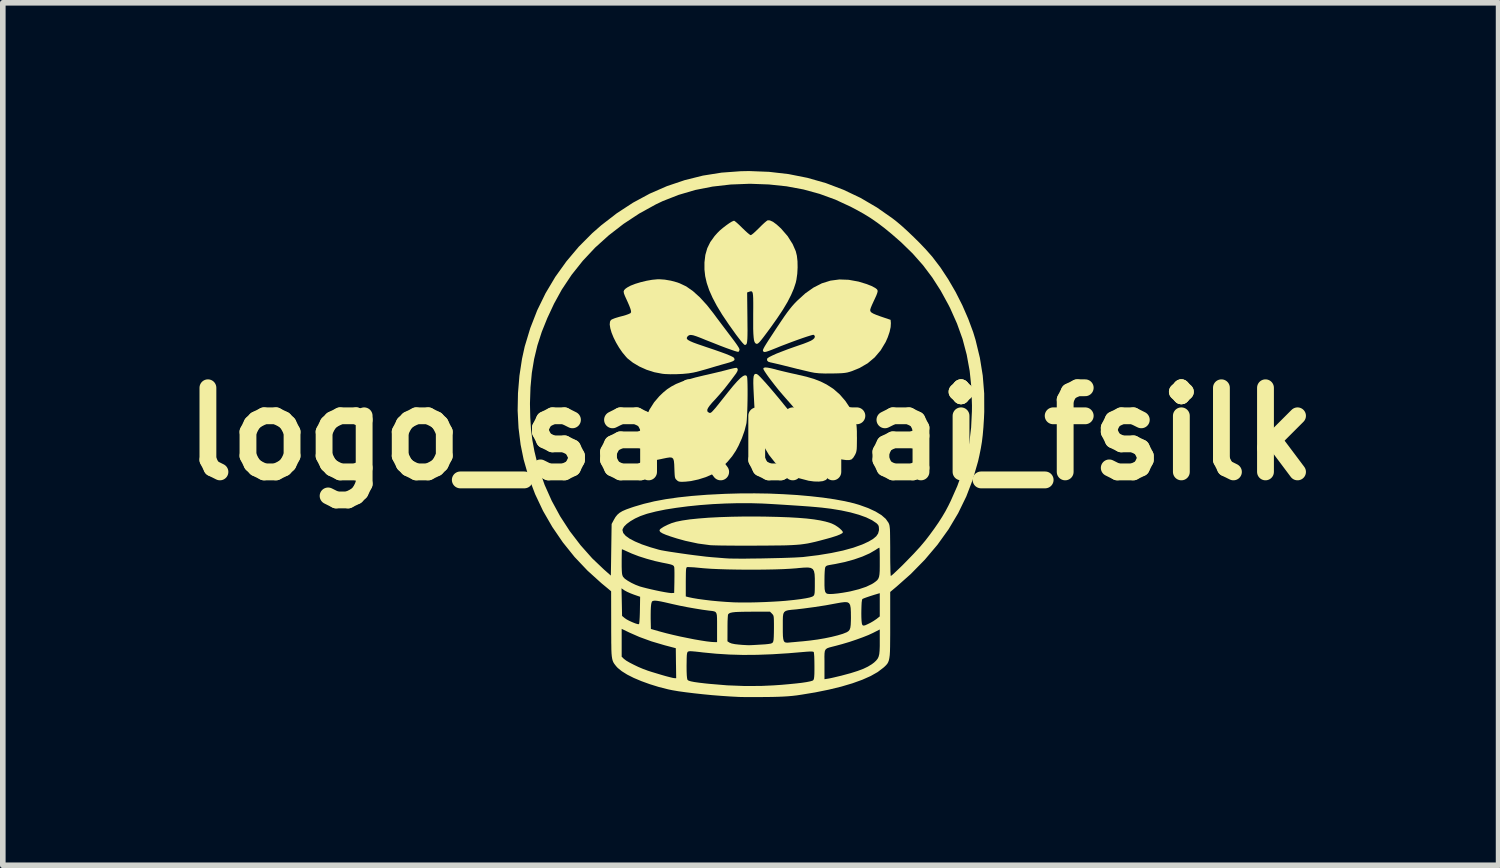
<source format=kicad_pcb>
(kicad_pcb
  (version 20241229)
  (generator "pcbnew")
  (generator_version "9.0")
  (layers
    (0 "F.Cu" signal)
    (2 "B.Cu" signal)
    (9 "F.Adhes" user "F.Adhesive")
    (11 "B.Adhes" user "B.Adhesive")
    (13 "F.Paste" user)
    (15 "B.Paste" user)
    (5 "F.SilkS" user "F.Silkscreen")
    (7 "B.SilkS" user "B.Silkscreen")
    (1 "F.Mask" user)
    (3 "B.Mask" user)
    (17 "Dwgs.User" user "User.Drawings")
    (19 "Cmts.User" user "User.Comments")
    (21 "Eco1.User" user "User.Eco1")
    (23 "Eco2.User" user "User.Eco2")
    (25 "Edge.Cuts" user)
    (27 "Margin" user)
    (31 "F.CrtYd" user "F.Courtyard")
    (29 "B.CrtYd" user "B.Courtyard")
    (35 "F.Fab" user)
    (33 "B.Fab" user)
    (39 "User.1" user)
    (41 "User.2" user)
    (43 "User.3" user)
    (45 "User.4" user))
  (footprint "logo_sakurai_fsilk"
    (layer "F.Cu")
    (at 10.336 4.686)
    (property "Reference" "logo_sakurai_fsilk" (at 0 0 0) (layer "F.SilkS") (effects (font (size 1.5 1.5) (thickness 0.3))))
    (attr board_only exclude_from_pos_files exclude_from_bom)
    (fp_poly (pts (xy 0.272 1.476) (xy 0.49 1.481) (xy 0.683 1.488) (xy 0.852 1.498) (xy 0.999 1.51) (xy 1.126 1.525) (xy 1.237 1.543) (xy 1.333 1.564) (xy 1.416 1.589) (xy 1.445 1.599) (xy 1.493 1.622) (xy 1.543 1.653) (xy 1.589 1.688) (xy 1.624 1.722) (xy 1.643 1.749) (xy 1.644 1.755) (xy 1.63 1.773) (xy 1.589 1.795) (xy 1.522 1.821) (xy 1.431 1.85) (xy 1.322 1.88) (xy 1.232 1.904) (xy 1.154 1.924) (xy 1.083 1.94) (xy 1.017 1.954) (xy 0.951 1.964) (xy 0.883 1.973) (xy 0.809 1.979) (xy 0.725 1.984) (xy 0.629 1.988) (xy 0.517 1.99) (xy 0.385 1.991) (xy 0.229 1.993) (xy 0.121 1.993) (xy -0.023 1.994) (xy -0.164 1.994) (xy -0.296 1.993) (xy -0.418 1.992) (xy -0.525 1.991) (xy -0.614 1.989) (xy -0.681 1.987) (xy -0.722 1.985) (xy -0.939 1.956) (xy -1.167 1.907) (xy -1.318 1.865) (xy -1.428 1.83) (xy -1.513 1.8) (xy -1.573 1.774) (xy -1.61 1.751) (xy -1.626 1.729) (xy -1.622 1.709) (xy -1.606 1.692) (xy -1.553 1.657) (xy -1.483 1.622) (xy -1.406 1.59) (xy -1.333 1.568) (xy -1.329 1.567) (xy -1.221 1.545) (xy -1.086 1.525) (xy -0.928 1.509) (xy -0.75 1.495) (xy -0.554 1.485) (xy -0.343 1.478) (xy -0.12 1.474) (xy 0.113 1.474)) (stroke (width 0) (type solid)) (fill yes) (layer "F.SilkS"))
    (fp_poly (pts (xy 0.342 -3.806) (xy 0.397 -3.781) (xy 0.463 -3.732) (xy 0.542 -3.66) (xy 0.544 -3.657) (xy 0.658 -3.526) (xy 0.748 -3.383) (xy 0.803 -3.257) (xy 0.823 -3.176) (xy 0.834 -3.077) (xy 0.836 -2.967) (xy 0.83 -2.855) (xy 0.815 -2.749) (xy 0.803 -2.695) (xy 0.768 -2.589) (xy 0.719 -2.475) (xy 0.655 -2.35) (xy 0.574 -2.214) (xy 0.474 -2.064) (xy 0.356 -1.897) (xy 0.279 -1.793) (xy 0.225 -1.721) (xy 0.184 -1.669) (xy 0.155 -1.635) (xy 0.133 -1.615) (xy 0.117 -1.606) (xy 0.102 -1.606) (xy 0.095 -1.608) (xy 0.08 -1.619) (xy 0.068 -1.639) (xy 0.058 -1.673) (xy 0.052 -1.721) (xy 0.047 -1.788) (xy 0.044 -1.875) (xy 0.044 -1.985) (xy 0.044 -2.121) (xy 0.044 -2.124) (xy 0.045 -2.247) (xy 0.045 -2.344) (xy 0.044 -2.418) (xy 0.041 -2.472) (xy 0.036 -2.508) (xy 0.028 -2.53) (xy 0.016 -2.541) (xy 0.001 -2.542) (xy -0.018 -2.537) (xy -0.025 -2.535) (xy -0.064 -2.521) (xy -0.059 -2.075) (xy -0.058 -1.943) (xy -0.057 -1.838) (xy -0.058 -1.755) (xy -0.06 -1.693) (xy -0.064 -1.648) (xy -0.069 -1.617) (xy -0.077 -1.599) (xy -0.088 -1.589) (xy -0.101 -1.586) (xy -0.108 -1.586) (xy -0.122 -1.597) (xy -0.15 -1.627) (xy -0.188 -1.673) (xy -0.232 -1.73) (xy -0.261 -1.768) (xy -0.395 -1.956) (xy -0.51 -2.127) (xy -0.605 -2.284) (xy -0.681 -2.428) (xy -0.741 -2.563) (xy -0.784 -2.69) (xy -0.812 -2.812) (xy -0.825 -2.93) (xy -0.825 -3.049) (xy -0.825 -3.057) (xy -0.809 -3.191) (xy -0.775 -3.31) (xy -0.721 -3.42) (xy -0.644 -3.527) (xy -0.594 -3.583) (xy -0.549 -3.628) (xy -0.494 -3.674) (xy -0.437 -3.718) (xy -0.382 -3.757) (xy -0.336 -3.785) (xy -0.303 -3.799) (xy -0.296 -3.8) (xy -0.28 -3.79) (xy -0.248 -3.764) (xy -0.205 -3.725) (xy -0.156 -3.677) (xy -0.15 -3.671) (xy -0.1 -3.623) (xy -0.055 -3.582) (xy -0.02 -3.554) (xy -0.001 -3.543) (xy 0.000427 -3.543) (xy 0.019 -3.553) (xy 0.052 -3.579) (xy 0.095 -3.619) (xy 0.145 -3.667) (xy 0.149 -3.671) (xy 0.199 -3.721) (xy 0.244 -3.763) (xy 0.28 -3.793) (xy 0.301 -3.807) (xy 0.301 -3.808)) (stroke (width 0) (type solid)) (fill yes) (layer "F.SilkS"))
    (fp_poly (pts (xy -0.248 -1.176) (xy -0.231 -1.156) (xy -0.235 -1.123) (xy -0.26 -1.078) (xy -0.261 -1.077) (xy -0.369 -0.932) (xy -0.464 -0.81) (xy -0.551 -0.707) (xy -0.624 -0.625) (xy -0.689 -0.555) (xy -0.734 -0.501) (xy -0.762 -0.46) (xy -0.775 -0.429) (xy -0.773 -0.405) (xy -0.767 -0.393) (xy -0.74 -0.375) (xy -0.721 -0.374) (xy -0.712 -0.377) (xy -0.7 -0.385) (xy -0.685 -0.399) (xy -0.663 -0.423) (xy -0.633 -0.457) (xy -0.593 -0.506) (xy -0.542 -0.57) (xy -0.476 -0.653) (xy -0.404 -0.744) (xy -0.317 -0.851) (xy -0.244 -0.934) (xy -0.184 -0.994) (xy -0.136 -1.031) (xy -0.101 -1.045) (xy -0.076 -1.037) (xy -0.066 -1.02) (xy -0.062 -0.994) (xy -0.059 -0.944) (xy -0.057 -0.875) (xy -0.056 -0.792) (xy -0.056 -0.699) (xy -0.057 -0.601) (xy -0.059 -0.503) (xy -0.062 -0.409) (xy -0.066 -0.324) (xy -0.07 -0.253) (xy -0.075 -0.201) (xy -0.078 -0.182) (xy -0.11 -0.056) (xy -0.158 0.079) (xy -0.218 0.213) (xy -0.265 0.3) (xy -0.33 0.398) (xy -0.41 0.494) (xy -0.497 0.583) (xy -0.587 0.658) (xy -0.672 0.714) (xy -0.679 0.718) (xy -0.8 0.771) (xy -0.933 0.813) (xy -1.067 0.842) (xy -1.158 0.852) (xy -1.218 0.855) (xy -1.258 0.854) (xy -1.284 0.849) (xy -1.305 0.837) (xy -1.317 0.826) (xy -1.334 0.81) (xy -1.345 0.793) (xy -1.352 0.769) (xy -1.356 0.732) (xy -1.359 0.675) (xy -1.361 0.625) (xy -1.364 0.542) (xy -1.37 0.483) (xy -1.382 0.445) (xy -1.404 0.425) (xy -1.441 0.42) (xy -1.497 0.428) (xy -1.575 0.444) (xy -1.602 0.45) (xy -1.685 0.467) (xy -1.745 0.477) (xy -1.786 0.479) (xy -1.815 0.473) (xy -1.835 0.458) (xy -1.851 0.433) (xy -1.857 0.42) (xy -1.882 0.352) (xy -1.9 0.263) (xy -1.912 0.16) (xy -1.916 0.05) (xy -1.913 -0.059) (xy -1.902 -0.16) (xy -1.866 -0.296) (xy -1.806 -0.431) (xy -1.723 -0.562) (xy -1.629 -0.672) (xy -1.561 -0.737) (xy -1.491 -0.795) (xy -1.416 -0.844) (xy -1.332 -0.889) (xy -1.234 -0.929) (xy -1.121 -0.967) (xy -0.988 -1.005) (xy -0.831 -1.043) (xy -0.772 -1.056) (xy -0.678 -1.078) (xy -0.585 -1.1) (xy -0.5 -1.121) (xy -0.429 -1.139) (xy -0.388 -1.15) (xy -0.331 -1.164) (xy -0.284 -1.174) (xy -0.254 -1.177)) (stroke (width 0) (type solid)) (fill yes) (layer "F.SilkS"))
    (fp_poly (pts (xy 1.747 -2.747) (xy 1.922 -2.715) (xy 2.06 -2.673) (xy 2.153 -2.637) (xy 2.219 -2.602) (xy 2.249 -2.579) (xy 2.26 -2.563) (xy 2.263 -2.542) (xy 2.256 -2.511) (xy 2.239 -2.466) (xy 2.21 -2.403) (xy 2.189 -2.358) (xy 2.163 -2.301) (xy 2.142 -2.251) (xy 2.131 -2.215) (xy 2.13 -2.205) (xy 2.135 -2.184) (xy 2.151 -2.165) (xy 2.184 -2.145) (xy 2.235 -2.123) (xy 2.308 -2.096) (xy 2.358 -2.079) (xy 2.494 -2.033) (xy 2.499 -1.975) (xy 2.495 -1.904) (xy 2.476 -1.817) (xy 2.444 -1.723) (xy 2.406 -1.637) (xy 2.317 -1.489) (xy 2.21 -1.363) (xy 2.085 -1.258) (xy 1.94 -1.174) (xy 1.808 -1.12) (xy 1.762 -1.105) (xy 1.721 -1.094) (xy 1.678 -1.087) (xy 1.627 -1.082) (xy 1.561 -1.079) (xy 1.474 -1.077) (xy 1.458 -1.077) (xy 1.325 -1.076) (xy 1.219 -1.08) (xy 1.135 -1.089) (xy 1.115 -1.093) (xy 1.068 -1.102) (xy 1 -1.118) (xy 0.916 -1.138) (xy 0.823 -1.16) (xy 0.725 -1.185) (xy 0.7 -1.191) (xy 0.608 -1.214) (xy 0.524 -1.235) (xy 0.451 -1.252) (xy 0.394 -1.265) (xy 0.359 -1.273) (xy 0.352 -1.274) (xy 0.312 -1.287) (xy 0.291 -1.31) (xy 0.292 -1.338) (xy 0.301 -1.35) (xy 0.331 -1.37) (xy 0.385 -1.397) (xy 0.46 -1.431) (xy 0.555 -1.468) (xy 0.665 -1.51) (xy 0.789 -1.554) (xy 0.838 -1.571) (xy 0.94 -1.606) (xy 1.017 -1.636) (xy 1.074 -1.661) (xy 1.111 -1.684) (xy 1.133 -1.705) (xy 1.143 -1.727) (xy 1.143 -1.738) (xy 1.132 -1.76) (xy 1.122 -1.766) (xy 1.102 -1.764) (xy 1.06 -1.752) (xy 0.999 -1.733) (xy 0.922 -1.707) (xy 0.834 -1.676) (xy 0.738 -1.641) (xy 0.638 -1.603) (xy 0.538 -1.565) (xy 0.457 -1.532) (xy 0.377 -1.5) (xy 0.319 -1.478) (xy 0.279 -1.465) (xy 0.253 -1.46) (xy 0.237 -1.461) (xy 0.226 -1.468) (xy 0.226 -1.469) (xy 0.22 -1.476) (xy 0.217 -1.486) (xy 0.22 -1.501) (xy 0.229 -1.522) (xy 0.246 -1.554) (xy 0.272 -1.597) (xy 0.309 -1.656) (xy 0.358 -1.731) (xy 0.421 -1.827) (xy 0.465 -1.894) (xy 0.538 -2.003) (xy 0.599 -2.093) (xy 0.651 -2.166) (xy 0.697 -2.226) (xy 0.74 -2.279) (xy 0.783 -2.327) (xy 0.828 -2.373) (xy 0.973 -2.505) (xy 1.119 -2.608) (xy 1.268 -2.684) (xy 1.422 -2.732) (xy 1.581 -2.753)) (stroke (width 0) (type solid)) (fill yes) (layer "F.SilkS"))
    (fp_poly (pts (xy -1.533 -2.75) (xy -1.422 -2.731) (xy -1.312 -2.701) (xy -1.268 -2.685) (xy -1.15 -2.629) (xy -1.03 -2.545) (xy -0.907 -2.434) (xy -0.78 -2.295) (xy -0.665 -2.149) (xy -0.606 -2.069) (xy -0.539 -1.98) (xy -0.472 -1.891) (xy -0.416 -1.817) (xy -0.348 -1.727) (xy -0.295 -1.657) (xy -0.256 -1.603) (xy -0.23 -1.564) (xy -0.212 -1.535) (xy -0.203 -1.515) (xy -0.2 -1.501) (xy -0.2 -1.498) (xy -0.21 -1.471) (xy -0.221 -1.463) (xy -0.241 -1.465) (xy -0.286 -1.478) (xy -0.353 -1.501) (xy -0.44 -1.532) (xy -0.545 -1.572) (xy -0.666 -1.62) (xy -0.801 -1.673) (xy -0.886 -1.708) (xy -0.967 -1.739) (xy -1.027 -1.758) (xy -1.07 -1.764) (xy -1.101 -1.758) (xy -1.124 -1.74) (xy -1.135 -1.724) (xy -1.141 -1.707) (xy -1.135 -1.69) (xy -1.116 -1.673) (xy -1.08 -1.653) (xy -1.025 -1.629) (xy -0.949 -1.601) (xy -0.849 -1.567) (xy -0.797 -1.549) (xy -0.654 -1.501) (xy -0.537 -1.46) (xy -0.444 -1.426) (xy -0.376 -1.398) (xy -0.329 -1.376) (xy -0.303 -1.36) (xy -0.298 -1.354) (xy -0.288 -1.331) (xy -0.294 -1.312) (xy -0.32 -1.295) (xy -0.367 -1.277) (xy -0.436 -1.257) (xy -0.512 -1.236) (xy -0.602 -1.21) (xy -0.693 -1.183) (xy -0.743 -1.168) (xy -0.822 -1.145) (xy -0.905 -1.122) (xy -0.979 -1.103) (xy -1.022 -1.093) (xy -1.108 -1.079) (xy -1.213 -1.069) (xy -1.325 -1.064) (xy -1.436 -1.063) (xy -1.534 -1.067) (xy -1.579 -1.072) (xy -1.719 -1.099) (xy -1.857 -1.143) (xy -1.986 -1.201) (xy -2.102 -1.27) (xy -2.198 -1.346) (xy -2.223 -1.373) (xy -2.288 -1.451) (xy -2.348 -1.538) (xy -2.401 -1.628) (xy -2.446 -1.718) (xy -2.481 -1.804) (xy -2.504 -1.883) (xy -2.514 -1.95) (xy -2.509 -2.001) (xy -2.492 -2.031) (xy -2.466 -2.045) (xy -2.421 -2.063) (xy -2.365 -2.08) (xy -2.345 -2.086) (xy -2.283 -2.102) (xy -2.225 -2.119) (xy -2.183 -2.134) (xy -2.176 -2.137) (xy -2.144 -2.152) (xy -2.133 -2.171) (xy -2.137 -2.203) (xy -2.137 -2.203) (xy -2.147 -2.236) (xy -2.166 -2.286) (xy -2.192 -2.346) (xy -2.212 -2.39) (xy -2.243 -2.458) (xy -2.261 -2.505) (xy -2.266 -2.539) (xy -2.256 -2.565) (xy -2.233 -2.588) (xy -2.202 -2.61) (xy -2.141 -2.643) (xy -2.059 -2.675) (xy -1.963 -2.704) (xy -1.86 -2.729) (xy -1.759 -2.747) (xy -1.666 -2.756) (xy -1.632 -2.757)) (stroke (width 0) (type solid)) (fill yes) (layer "F.SilkS"))
    (fp_poly (pts (xy 0.299 -1.181) (xy 0.358 -1.17) (xy 0.44 -1.15) (xy 0.463 -1.143) (xy 0.539 -1.124) (xy 0.631 -1.102) (xy 0.73 -1.079) (xy 0.823 -1.059) (xy 0.834 -1.056) (xy 0.993 -1.019) (xy 1.129 -0.979) (xy 1.247 -0.933) (xy 1.353 -0.88) (xy 1.453 -0.816) (xy 1.48 -0.797) (xy 1.587 -0.703) (xy 1.686 -0.589) (xy 1.771 -0.462) (xy 1.836 -0.329) (xy 1.854 -0.28) (xy 1.869 -0.234) (xy 1.879 -0.194) (xy 1.886 -0.153) (xy 1.89 -0.105) (xy 1.893 -0.044) (xy 1.893 0.038) (xy 1.894 0.072) (xy 1.893 0.16) (xy 1.892 0.225) (xy 1.89 0.272) (xy 1.885 0.306) (xy 1.878 0.334) (xy 1.867 0.36) (xy 1.857 0.379) (xy 1.828 0.426) (xy 1.797 0.456) (xy 1.755 0.468) (xy 1.699 0.467) (xy 1.64 0.459) (xy 1.553 0.444) (xy 1.49 0.435) (xy 1.446 0.431) (xy 1.417 0.433) (xy 1.399 0.439) (xy 1.394 0.443) (xy 1.384 0.457) (xy 1.378 0.484) (xy 1.374 0.527) (xy 1.372 0.593) (xy 1.372 0.63) (xy 1.372 0.702) (xy 1.371 0.751) (xy 1.367 0.782) (xy 1.36 0.801) (xy 1.349 0.814) (xy 1.335 0.824) (xy 1.286 0.843) (xy 1.215 0.851) (xy 1.129 0.849) (xy 1.033 0.836) (xy 1.029 0.835) (xy 0.857 0.79) (xy 0.701 0.722) (xy 0.56 0.63) (xy 0.435 0.514) (xy 0.324 0.374) (xy 0.227 0.209) (xy 0.207 0.167) (xy 0.176 0.099) (xy 0.15 0.033) (xy 0.128 -0.035) (xy 0.11 -0.107) (xy 0.095 -0.188) (xy 0.083 -0.28) (xy 0.072 -0.388) (xy 0.064 -0.514) (xy 0.056 -0.663) (xy 0.049 -0.807) (xy 0.046 -0.904) (xy 0.047 -0.976) (xy 0.052 -1.025) (xy 0.062 -1.054) (xy 0.078 -1.068) (xy 0.101 -1.068) (xy 0.111 -1.065) (xy 0.131 -1.051) (xy 0.167 -1.017) (xy 0.215 -0.966) (xy 0.275 -0.9) (xy 0.342 -0.823) (xy 0.416 -0.736) (xy 0.494 -0.643) (xy 0.574 -0.545) (xy 0.584 -0.532) (xy 0.632 -0.473) (xy 0.667 -0.432) (xy 0.693 -0.406) (xy 0.714 -0.392) (xy 0.734 -0.387) (xy 0.758 -0.386) (xy 0.758 -0.386) (xy 0.794 -0.388) (xy 0.813 -0.395) (xy 0.815 -0.398) (xy 0.81 -0.412) (xy 0.793 -0.437) (xy 0.763 -0.475) (xy 0.718 -0.528) (xy 0.656 -0.598) (xy 0.622 -0.637) (xy 0.562 -0.706) (xy 0.499 -0.78) (xy 0.438 -0.856) (xy 0.379 -0.932) (xy 0.326 -1.002) (xy 0.282 -1.064) (xy 0.248 -1.115) (xy 0.228 -1.15) (xy 0.224 -1.166) (xy 0.236 -1.179) (xy 0.26 -1.184)) (stroke (width 0) (type solid)) (fill yes) (layer "F.SilkS"))
    (fp_poly (pts (xy 0.327 -4.672) (xy 0.674 -4.632) (xy 1.011 -4.565) (xy 1.338 -4.472) (xy 1.654 -4.352) (xy 1.959 -4.207) (xy 2.251 -4.036) (xy 2.531 -3.84) (xy 2.605 -3.782) (xy 2.696 -3.705) (xy 2.798 -3.612) (xy 2.906 -3.509) (xy 3.014 -3.402) (xy 3.115 -3.296) (xy 3.203 -3.197) (xy 3.238 -3.157) (xy 3.382 -2.968) (xy 3.521 -2.757) (xy 3.653 -2.53) (xy 3.773 -2.293) (xy 3.878 -2.052) (xy 3.966 -1.815) (xy 4.009 -1.674) (xy 4.086 -1.356) (xy 4.137 -1.04) (xy 4.163 -0.72) (xy 4.164 -0.391) (xy 4.159 -0.275) (xy 4.149 -0.116) (xy 4.137 0.021) (xy 4.122 0.145) (xy 4.102 0.263) (xy 4.078 0.382) (xy 4.054 0.489) (xy 3.962 0.808) (xy 3.844 1.116) (xy 3.699 1.414) (xy 3.528 1.701) (xy 3.33 1.977) (xy 3.105 2.243) (xy 2.854 2.499) (xy 2.605 2.72) (xy 2.487 2.819) (xy 2.487 3.406) (xy 2.487 3.559) (xy 2.486 3.687) (xy 2.485 3.792) (xy 2.483 3.877) (xy 2.479 3.944) (xy 2.472 3.997) (xy 2.463 4.039) (xy 2.451 4.071) (xy 2.436 4.098) (xy 2.416 4.122) (xy 2.392 4.146) (xy 2.363 4.172) (xy 2.361 4.173) (xy 2.264 4.247) (xy 2.139 4.318) (xy 1.988 4.385) (xy 1.813 4.448) (xy 1.614 4.507) (xy 1.392 4.561) (xy 1.15 4.61) (xy 0.908 4.65) (xy 0.822 4.663) (xy 0.744 4.672) (xy 0.667 4.679) (xy 0.586 4.684) (xy 0.492 4.688) (xy 0.381 4.691) (xy 0.293 4.692) (xy 0.184 4.693) (xy 0.077 4.693) (xy -0.022 4.693) (xy -0.108 4.693) (xy -0.175 4.692) (xy -0.207 4.691) (xy -0.361 4.683) (xy -0.523 4.672) (xy -0.688 4.659) (xy -0.852 4.643) (xy -1.009 4.626) (xy -1.156 4.608) (xy -1.287 4.59) (xy -1.398 4.571) (xy -1.471 4.556) (xy -1.64 4.513) (xy -1.801 4.463) (xy -1.95 4.409) (xy -2.085 4.352) (xy -2.202 4.293) (xy -2.298 4.233) (xy -2.371 4.174) (xy -2.396 4.147) (xy -2.417 4.121) (xy -2.435 4.097) (xy -2.45 4.072) (xy -2.461 4.045) (xy -2.47 4.011) (xy -2.477 3.968) (xy -2.482 3.914) (xy -2.485 3.844) (xy -2.486 3.757) (xy -2.487 3.726) (xy -2.301 3.726) (xy -2.301 3.974) (xy -2.258 4.015) (xy -2.219 4.044) (xy -2.159 4.079) (xy -2.085 4.117) (xy -2.004 4.156) (xy -1.921 4.191) (xy -1.842 4.22) (xy -1.841 4.221) (xy -1.763 4.246) (xy -1.68 4.271) (xy -1.597 4.296) (xy -1.518 4.319) (xy -1.449 4.337) (xy -1.396 4.35) (xy -1.364 4.356) (xy -1.361 4.356) (xy -1.329 4.357) (xy -1.332 4.135) (xy -1.144 4.135) (xy -1.143 4.234) (xy -1.14 4.307) (xy -1.135 4.356) (xy -1.128 4.384) (xy -1.126 4.388) (xy -1.106 4.401) (xy -1.067 4.413) (xy -1.006 4.425) (xy -0.922 4.437) (xy -0.811 4.45) (xy -0.743 4.457) (xy -0.421 4.484) (xy -0.115 4.496) (xy 0.183 4.495) (xy 0.404 4.485) (xy 0.549 4.475) (xy 0.684 4.463) (xy 0.805 4.451) (xy 0.91 4.439) (xy 0.996 4.426) (xy 1.061 4.413) (xy 1.101 4.401) (xy 1.113 4.394) (xy 1.122 4.381) (xy 1.128 4.361) (xy 1.132 4.329) (xy 1.135 4.28) (xy 1.136 4.211) (xy 1.136 4.136) (xy 1.135 4.049) (xy 1.133 3.977) (xy 1.133 3.971) (xy 1.314 3.971) (xy 1.315 4.052) (xy 1.315 4.108) (xy 1.315 4.375) (xy 1.379 4.365) (xy 1.417 4.358) (xy 1.476 4.345) (xy 1.547 4.328) (xy 1.623 4.31) (xy 1.633 4.307) (xy 1.782 4.267) (xy 1.905 4.228) (xy 2.007 4.19) (xy 2.09 4.15) (xy 2.159 4.108) (xy 2.2 4.077) (xy 2.235 4.044) (xy 2.262 4.011) (xy 2.28 3.974) (xy 2.292 3.927) (xy 2.298 3.866) (xy 2.301 3.784) (xy 2.301 3.71) (xy 2.301 3.488) (xy 2.179 3.55) (xy 2.099 3.587) (xy 1.998 3.627) (xy 1.882 3.669) (xy 1.757 3.711) (xy 1.629 3.749) (xy 1.522 3.778) (xy 1.451 3.796) (xy 1.398 3.81) (xy 1.361 3.824) (xy 1.337 3.843) (xy 1.322 3.871) (xy 1.316 3.912) (xy 1.314 3.971) (xy 1.133 3.971) (xy 1.129 3.924) (xy 1.125 3.893) (xy 1.122 3.888) (xy 1.1 3.882) (xy 1.054 3.881) (xy 0.987 3.885) (xy 0.979 3.886) (xy 0.67 3.912) (xy 0.384 3.93) (xy 0.116 3.94) (xy -0.137 3.942) (xy -0.381 3.935) (xy -0.619 3.92) (xy -0.856 3.897) (xy -0.904 3.891) (xy -0.986 3.882) (xy -1.044 3.877) (xy -1.083 3.875) (xy -1.108 3.879) (xy -1.122 3.885) (xy -1.13 3.897) (xy -1.136 3.919) (xy -1.14 3.954) (xy -1.142 4.008) (xy -1.143 4.084) (xy -1.144 4.135) (xy -1.332 4.135) (xy -1.333 4.089) (xy -1.336 3.822) (xy -1.537 3.769) (xy -1.77 3.7) (xy -1.984 3.622) (xy -2.162 3.544) (xy -2.301 3.477) (xy -2.301 3.726) (xy -2.487 3.726) (xy -2.487 3.65) (xy -2.488 3.519) (xy -2.488 3.397) (xy -2.489 2.807) (xy -2.552 2.754) (xy -2.304 2.754) (xy -2.299 3) (xy -2.294 3.246) (xy -2.246 3.286) (xy -2.212 3.309) (xy -2.165 3.334) (xy -2.112 3.358) (xy -2.06 3.379) (xy -2.018 3.392) (xy -1.994 3.394) (xy -1.988 3.379) (xy -1.984 3.338) (xy -1.98 3.275) (xy -1.978 3.223) (xy -1.784 3.223) (xy -1.784 3.297) (xy -1.78 3.479) (xy -1.615 3.526) (xy -1.507 3.555) (xy -1.388 3.584) (xy -1.261 3.613) (xy -1.133 3.639) (xy -1.008 3.664) (xy -0.892 3.684) (xy -0.789 3.7) (xy -0.704 3.71) (xy -0.654 3.713) (xy -0.6 3.714) (xy -0.6 3.699) (xy -0.415 3.699) (xy -0.378 3.723) (xy -0.34 3.738) (xy -0.28 3.75) (xy -0.217 3.757) (xy -0.15 3.763) (xy -0.098 3.766) (xy -0.054 3.768) (xy -0.01 3.768) (xy 0.041 3.766) (xy 0.108 3.762) (xy 0.176 3.758) (xy 0.257 3.753) (xy 0.314 3.747) (xy 0.353 3.741) (xy 0.376 3.733) (xy 0.391 3.723) (xy 0.393 3.719) (xy 0.402 3.701) (xy 0.408 3.668) (xy 0.411 3.618) (xy 0.413 3.546) (xy 0.414 3.467) (xy 0.414 3.382) (xy 0.413 3.327) (xy 0.572 3.327) (xy 0.572 3.42) (xy 0.572 3.431) (xy 0.572 3.531) (xy 0.574 3.606) (xy 0.58 3.658) (xy 0.59 3.693) (xy 0.605 3.713) (xy 0.628 3.722) (xy 0.659 3.723) (xy 0.684 3.721) (xy 0.725 3.717) (xy 0.785 3.712) (xy 0.858 3.705) (xy 0.929 3.699) (xy 1.059 3.685) (xy 1.192 3.667) (xy 1.321 3.645) (xy 1.442 3.62) (xy 1.55 3.593) (xy 1.641 3.566) (xy 1.708 3.539) (xy 1.715 3.536) (xy 1.743 3.517) (xy 1.763 3.493) (xy 1.776 3.457) (xy 1.783 3.405) (xy 1.786 3.333) (xy 1.787 3.279) (xy 1.786 3.204) (xy 1.972 3.204) (xy 1.973 3.273) (xy 1.976 3.333) (xy 1.981 3.378) (xy 1.987 3.4) (xy 1.998 3.415) (xy 2.015 3.419) (xy 2.042 3.413) (xy 2.084 3.394) (xy 2.133 3.37) (xy 2.185 3.34) (xy 2.237 3.305) (xy 2.248 3.297) (xy 2.301 3.255) (xy 2.301 3.048) (xy 2.301 2.841) (xy 2.269 2.85) (xy 2.196 2.872) (xy 2.127 2.894) (xy 2.065 2.915) (xy 2.019 2.932) (xy 1.993 2.944) (xy 1.99 2.946) (xy 1.984 2.965) (xy 1.978 3.007) (xy 1.975 3.065) (xy 1.973 3.133) (xy 1.972 3.204) (xy 1.786 3.204) (xy 1.786 3.179) (xy 1.782 3.104) (xy 1.772 3.051) (xy 1.752 3.018) (xy 1.72 3.002) (xy 1.673 3) (xy 1.608 3.008) (xy 1.529 3.022) (xy 1.333 3.058) (xy 1.131 3.089) (xy 0.936 3.115) (xy 0.808 3.13) (xy 0.727 3.137) (xy 0.667 3.145) (xy 0.625 3.157) (xy 0.597 3.178) (xy 0.581 3.21) (xy 0.574 3.258) (xy 0.572 3.327) (xy 0.413 3.327) (xy 0.413 3.321) (xy 0.411 3.278) (xy 0.407 3.25) (xy 0.4 3.231) (xy 0.389 3.217) (xy 0.379 3.206) (xy 0.344 3.171) (xy 0.016 3.171) (xy -0.104 3.172) (xy -0.199 3.174) (xy -0.271 3.177) (xy -0.324 3.183) (xy -0.362 3.191) (xy -0.386 3.202) (xy -0.401 3.216) (xy -0.403 3.219) (xy -0.407 3.238) (xy -0.41 3.281) (xy -0.413 3.342) (xy -0.414 3.416) (xy -0.414 3.468) (xy -0.415 3.699) (xy -0.6 3.699) (xy -0.6 3.45) (xy -0.6 3.353) (xy -0.601 3.282) (xy -0.604 3.231) (xy -0.613 3.197) (xy -0.628 3.176) (xy -0.652 3.165) (xy -0.687 3.158) (xy -0.734 3.153) (xy -0.75 3.151) (xy -0.861 3.136) (xy -0.99 3.115) (xy -1.127 3.091) (xy -1.264 3.064) (xy -1.391 3.036) (xy -1.456 3.021) (xy -1.534 3.003) (xy -1.605 2.988) (xy -1.664 2.978) (xy -1.705 2.974) (xy -1.714 2.974) (xy -1.745 2.979) (xy -1.761 2.99) (xy -1.771 3.018) (xy -1.776 3.047) (xy -1.78 3.088) (xy -1.783 3.15) (xy -1.784 3.223) (xy -1.978 3.223) (xy -1.977 3.193) (xy -1.976 3.148) (xy -1.972 2.905) (xy -2.085 2.866) (xy -2.145 2.843) (xy -2.203 2.817) (xy -2.246 2.794) (xy -2.251 2.791) (xy -2.304 2.754) (xy -2.552 2.754) (xy -2.661 2.664) (xy -2.91 2.439) (xy -3.141 2.195) (xy -3.35 1.935) (xy -3.538 1.66) (xy -3.703 1.374) (xy -3.844 1.076) (xy -3.96 0.77) (xy -4.049 0.458) (xy -4.103 0.193) (xy -4.14 -0.105) (xy -4.156 -0.414) (xy -4.154 -0.521) (xy -3.936 -0.521) (xy -3.931 -0.292) (xy -3.918 -0.082) (xy -3.893 0.116) (xy -3.857 0.31) (xy -3.809 0.508) (xy -3.775 0.624) (xy -3.675 0.91) (xy -3.548 1.194) (xy -3.398 1.47) (xy -3.226 1.735) (xy -3.034 1.986) (xy -2.826 2.22) (xy -2.619 2.417) (xy -2.494 2.527) (xy -2.49 2.282) (xy -2.301 2.282) (xy -2.301 2.37) (xy -2.299 2.434) (xy -2.296 2.48) (xy -2.291 2.512) (xy -2.283 2.536) (xy -2.275 2.551) (xy -2.245 2.583) (xy -2.193 2.619) (xy -2.127 2.657) (xy -2.053 2.692) (xy -1.977 2.721) (xy -1.923 2.736) (xy -1.853 2.754) (xy -1.773 2.773) (xy -1.688 2.792) (xy -1.606 2.809) (xy -1.531 2.823) (xy -1.469 2.833) (xy -1.427 2.838) (xy -1.415 2.839) (xy -1.365 2.836) (xy -1.361 2.642) (xy -1.158 2.642) (xy -1.158 2.899) (xy -1.104 2.913) (xy -1.032 2.928) (xy -0.937 2.944) (xy -0.826 2.959) (xy -0.703 2.974) (xy -0.574 2.986) (xy -0.446 2.996) (xy -0.325 3.003) (xy -0.279 3.005) (xy -0.168 3.007) (xy -0.036 3.007) (xy 0.108 3.004) (xy 0.256 2.999) (xy 0.399 2.992) (xy 0.531 2.984) (xy 0.621 2.977) (xy 0.768 2.962) (xy 0.888 2.947) (xy 0.982 2.932) (xy 1.051 2.918) (xy 1.097 2.903) (xy 1.116 2.891) (xy 1.128 2.879) (xy 1.135 2.86) (xy 1.14 2.83) (xy 1.142 2.785) (xy 1.143 2.719) (xy 1.143 2.677) (xy 1.143 2.614) (xy 1.315 2.614) (xy 1.315 2.704) (xy 1.318 2.769) (xy 1.327 2.813) (xy 1.343 2.84) (xy 1.37 2.853) (xy 1.411 2.856) (xy 1.468 2.854) (xy 1.488 2.852) (xy 1.557 2.845) (xy 1.641 2.833) (xy 1.727 2.818) (xy 1.775 2.809) (xy 1.93 2.77) (xy 2.058 2.727) (xy 2.159 2.679) (xy 2.192 2.659) (xy 2.229 2.632) (xy 2.256 2.609) (xy 2.275 2.582) (xy 2.288 2.549) (xy 2.296 2.503) (xy 2.3 2.442) (xy 2.301 2.36) (xy 2.301 2.286) (xy 2.301 2.204) (xy 2.3 2.133) (xy 2.298 2.077) (xy 2.296 2.04) (xy 2.293 2.029) (xy 2.278 2.036) (xy 2.247 2.055) (xy 2.225 2.07) (xy 2.12 2.131) (xy 1.991 2.188) (xy 1.842 2.24) (xy 1.679 2.285) (xy 1.506 2.321) (xy 1.453 2.33) (xy 1.396 2.34) (xy 1.36 2.349) (xy 1.34 2.362) (xy 1.329 2.379) (xy 1.328 2.382) (xy 1.323 2.408) (xy 1.319 2.457) (xy 1.316 2.522) (xy 1.315 2.596) (xy 1.315 2.614) (xy 1.143 2.614) (xy 1.143 2.578) (xy 1.139 2.502) (xy 1.128 2.448) (xy 1.107 2.412) (xy 1.072 2.391) (xy 1.02 2.383) (xy 0.947 2.385) (xy 0.851 2.393) (xy 0.815 2.397) (xy 0.707 2.405) (xy 0.576 2.412) (xy 0.427 2.417) (xy 0.265 2.42) (xy 0.095 2.422) (xy -0.079 2.422) (xy -0.25 2.42) (xy -0.415 2.417) (xy -0.568 2.412) (xy -0.704 2.406) (xy -0.818 2.398) (xy -0.854 2.395) (xy -0.938 2.387) (xy -1.013 2.38) (xy -1.075 2.377) (xy -1.117 2.375) (xy -1.136 2.376) (xy -1.144 2.383) (xy -1.15 2.399) (xy -1.154 2.428) (xy -1.156 2.474) (xy -1.157 2.54) (xy -1.158 2.631) (xy -1.158 2.642) (xy -1.361 2.642) (xy -1.361 2.621) (xy -1.36 2.544) (xy -1.36 2.474) (xy -1.361 2.419) (xy -1.363 2.384) (xy -1.364 2.377) (xy -1.37 2.36) (xy -1.381 2.348) (xy -1.401 2.337) (xy -1.436 2.326) (xy -1.489 2.314) (xy -1.565 2.299) (xy -1.571 2.298) (xy -1.711 2.267) (xy -1.856 2.227) (xy -1.995 2.183) (xy -2.12 2.135) (xy -2.167 2.114) (xy -2.221 2.09) (xy -2.264 2.07) (xy -2.291 2.059) (xy -2.296 2.057) (xy -2.298 2.071) (xy -2.299 2.108) (xy -2.3 2.164) (xy -2.301 2.234) (xy -2.301 2.282) (xy -2.49 2.282) (xy -2.487 2.067) (xy -2.482 1.718) (xy -2.287 1.718) (xy -2.273 1.768) (xy -2.23 1.818) (xy -2.161 1.868) (xy -2.063 1.919) (xy -1.94 1.971) (xy -1.789 2.022) (xy -1.637 2.066) (xy -1.593 2.076) (xy -1.526 2.088) (xy -1.441 2.102) (xy -1.341 2.117) (xy -1.232 2.133) (xy -1.119 2.149) (xy -1.006 2.164) (xy -0.898 2.177) (xy -0.801 2.189) (xy -0.718 2.197) (xy -0.686 2.2) (xy -0.608 2.206) (xy -0.535 2.212) (xy -0.473 2.217) (xy -0.432 2.22) (xy -0.429 2.22) (xy -0.377 2.223) (xy -0.3 2.224) (xy -0.204 2.225) (xy -0.091 2.225) (xy 0.033 2.223) (xy 0.164 2.222) (xy 0.299 2.219) (xy 0.432 2.216) (xy 0.561 2.213) (xy 0.68 2.209) (xy 0.785 2.205) (xy 0.872 2.2) (xy 0.937 2.196) (xy 0.951 2.194) (xy 1.204 2.163) (xy 1.435 2.125) (xy 1.644 2.081) (xy 1.829 2.03) (xy 1.988 1.973) (xy 2.101 1.921) (xy 2.182 1.873) (xy 2.238 1.826) (xy 2.271 1.778) (xy 2.286 1.723) (xy 2.287 1.701) (xy 2.284 1.655) (xy 2.273 1.625) (xy 2.247 1.598) (xy 2.242 1.593) (xy 2.163 1.54) (xy 2.058 1.489) (xy 1.93 1.443) (xy 1.78 1.401) (xy 1.613 1.365) (xy 1.43 1.335) (xy 1.265 1.315) (xy 1.17 1.306) (xy 1.053 1.296) (xy 0.917 1.286) (xy 0.768 1.276) (xy 0.613 1.266) (xy 0.455 1.256) (xy 0.301 1.247) (xy 0.202 1.242) (xy -0.008 1.236) (xy -0.228 1.236) (xy -0.453 1.242) (xy -0.68 1.253) (xy -0.904 1.27) (xy -1.121 1.292) (xy -1.328 1.319) (xy -1.519 1.349) (xy -1.69 1.384) (xy -1.839 1.422) (xy -1.865 1.43) (xy -1.968 1.466) (xy -2.062 1.509) (xy -2.144 1.557) (xy -2.211 1.606) (xy -2.259 1.654) (xy -2.284 1.699) (xy -2.287 1.718) (xy -2.482 1.718) (xy -2.48 1.607) (xy -2.441 1.534) (xy -2.412 1.484) (xy -2.379 1.443) (xy -2.339 1.408) (xy -2.287 1.377) (xy -2.218 1.347) (xy -2.128 1.315) (xy -2.08 1.299) (xy -1.907 1.248) (xy -1.72 1.203) (xy -1.516 1.165) (xy -1.293 1.133) (xy -1.049 1.107) (xy -0.781 1.086) (xy -0.487 1.071) (xy -0.441 1.069) (xy -0.185 1.062) (xy 0.074 1.061) (xy 0.331 1.065) (xy 0.585 1.076) (xy 0.831 1.091) (xy 1.066 1.112) (xy 1.289 1.137) (xy 1.494 1.167) (xy 1.68 1.201) (xy 1.842 1.239) (xy 1.937 1.267) (xy 2.095 1.324) (xy 2.226 1.385) (xy 2.331 1.449) (xy 2.408 1.516) (xy 2.457 1.586) (xy 2.46 1.593) (xy 2.468 1.612) (xy 2.474 1.634) (xy 2.478 1.662) (xy 2.482 1.701) (xy 2.484 1.754) (xy 2.485 1.823) (xy 2.486 1.913) (xy 2.487 2.026) (xy 2.487 2.087) (xy 2.487 2.196) (xy 2.488 2.296) (xy 2.49 2.383) (xy 2.491 2.453) (xy 2.494 2.503) (xy 2.496 2.53) (xy 2.497 2.534) (xy 2.509 2.527) (xy 2.539 2.502) (xy 2.583 2.461) (xy 2.639 2.408) (xy 2.704 2.345) (xy 2.773 2.275) (xy 2.906 2.138) (xy 3.019 2.015) (xy 3.115 1.901) (xy 3.182 1.814) (xy 3.273 1.69) (xy 3.349 1.58) (xy 3.413 1.48) (xy 3.471 1.382) (xy 3.525 1.28) (xy 3.567 1.194) (xy 3.683 0.932) (xy 3.776 0.675) (xy 3.847 0.419) (xy 3.898 0.158) (xy 3.93 -0.114) (xy 3.944 -0.402) (xy 3.945 -0.505) (xy 3.935 -0.823) (xy 3.904 -1.123) (xy 3.851 -1.412) (xy 3.777 -1.692) (xy 3.678 -1.967) (xy 3.555 -2.243) (xy 3.526 -2.3) (xy 3.387 -2.554) (xy 3.237 -2.788) (xy 3.072 -3.007) (xy 2.888 -3.215) (xy 2.682 -3.416) (xy 2.516 -3.561) (xy 2.382 -3.671) (xy 2.259 -3.764) (xy 2.139 -3.847) (xy 2.014 -3.924) (xy 1.877 -4) (xy 1.78 -4.051) (xy 1.508 -4.177) (xy 1.228 -4.279) (xy 0.94 -4.358) (xy 0.639 -4.414) (xy 0.324 -4.447) (xy -0.007 -4.459) (xy -0.021 -4.459) (xy -0.358 -4.446) (xy -0.681 -4.409) (xy -0.991 -4.348) (xy -1.286 -4.261) (xy -1.567 -4.151) (xy -1.693 -4.091) (xy -1.99 -3.927) (xy -2.269 -3.743) (xy -2.531 -3.54) (xy -2.774 -3.321) (xy -2.995 -3.085) (xy -3.194 -2.835) (xy -3.369 -2.572) (xy -3.507 -2.321) (xy -3.627 -2.064) (xy -3.726 -1.818) (xy -3.804 -1.576) (xy -3.862 -1.335) (xy -3.903 -1.088) (xy -3.927 -0.829) (xy -3.936 -0.553) (xy -3.936 -0.521) (xy -4.154 -0.521) (xy -4.15 -0.726) (xy -4.124 -1.037) (xy -4.078 -1.339) (xy -4.03 -1.557) (xy -3.931 -1.885) (xy -3.807 -2.203) (xy -3.658 -2.508) (xy -3.484 -2.8) (xy -3.286 -3.076) (xy -3.066 -3.337) (xy -2.824 -3.58) (xy -2.664 -3.72) (xy -2.387 -3.934) (xy -2.099 -4.122) (xy -1.801 -4.283) (xy -1.494 -4.417) (xy -1.177 -4.524) (xy -0.852 -4.605) (xy -0.519 -4.658) (xy -0.178 -4.683) (xy -0.029 -4.686)) (stroke (width 0) (type solid)) (fill yes) (layer "F.SilkS")))
  (gr_rect
    (start -3 -3)
    (end 23.671 12.379)
    (stroke (width 0.1) (type default))
    (fill no)
    (layer "Edge.Cuts")))
</source>
